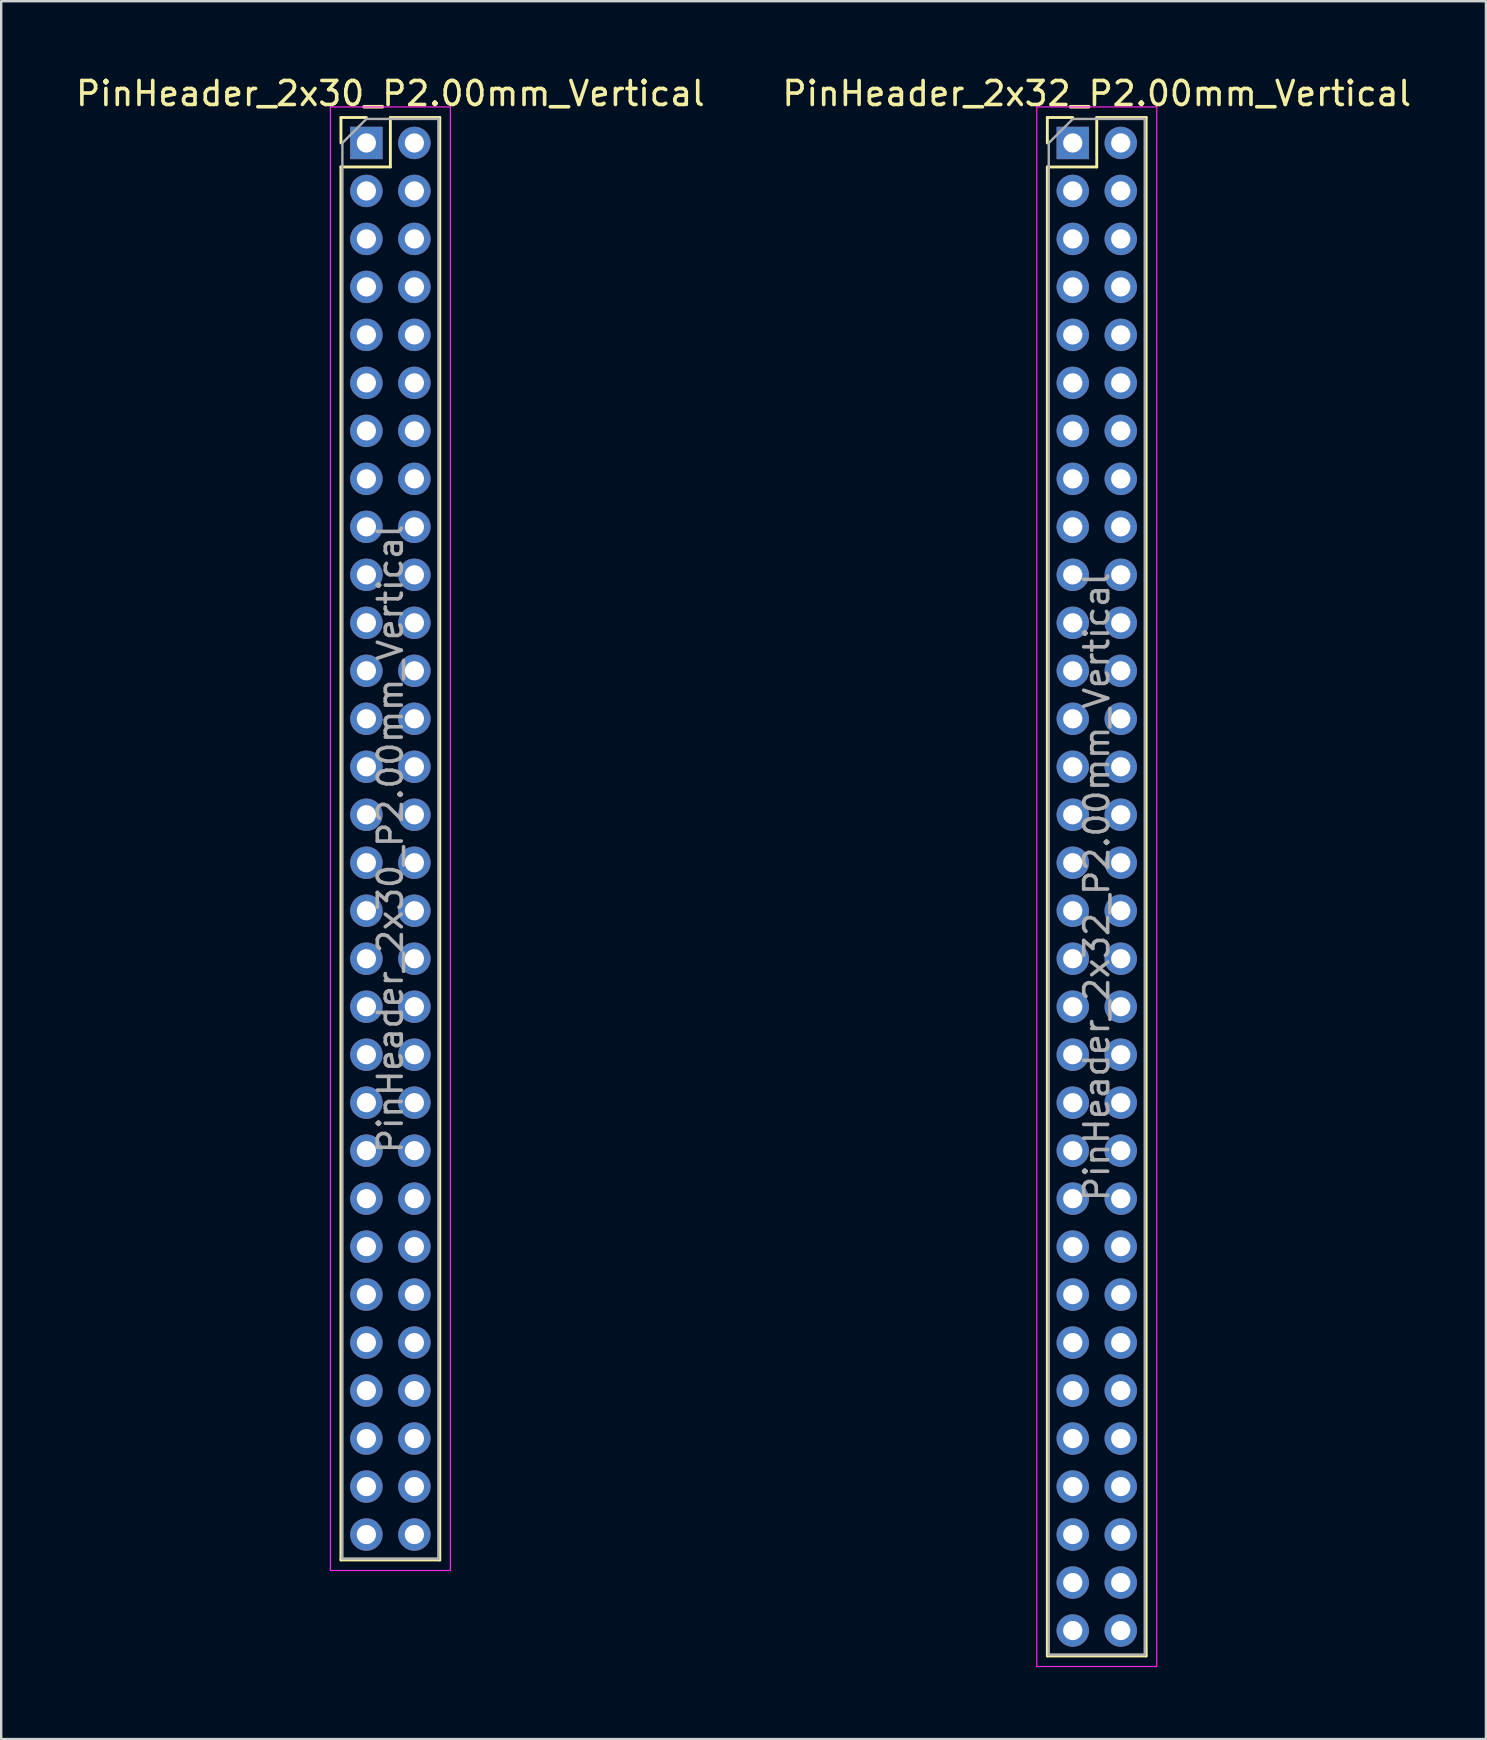
<source format=kicad_pcb>
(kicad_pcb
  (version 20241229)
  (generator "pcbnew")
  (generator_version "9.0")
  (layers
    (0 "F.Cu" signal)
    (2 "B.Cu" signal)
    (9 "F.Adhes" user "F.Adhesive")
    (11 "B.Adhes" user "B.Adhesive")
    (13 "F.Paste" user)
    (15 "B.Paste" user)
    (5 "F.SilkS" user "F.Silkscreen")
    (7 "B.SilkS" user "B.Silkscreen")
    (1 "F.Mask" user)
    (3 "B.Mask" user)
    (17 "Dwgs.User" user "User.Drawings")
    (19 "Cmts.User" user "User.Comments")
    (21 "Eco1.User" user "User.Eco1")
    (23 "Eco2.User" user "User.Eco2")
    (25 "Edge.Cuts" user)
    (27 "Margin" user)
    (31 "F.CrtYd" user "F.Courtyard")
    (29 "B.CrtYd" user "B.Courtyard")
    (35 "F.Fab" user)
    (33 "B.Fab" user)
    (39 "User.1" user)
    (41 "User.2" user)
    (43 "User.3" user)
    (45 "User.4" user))
  (footprint "PinHeader_2x30_P2.00mm_Vertical"
    (layer "F.Cu")
    (at 12.22 2.908)
    (property "Reference" "PinHeader_2x30_P2.00mm_Vertical" (at 1 -2.06 0) (layer "F.SilkS") (effects (font (size 1 1) (thickness 0.15))))
    (attr through_hole)
    (fp_line (start -1.06 -1.06) (end 0 -1.06) (stroke (width 0.12) (type solid)) (layer "F.SilkS"))
    (fp_line (start -1.06 0) (end -1.06 -1.06) (stroke (width 0.12) (type solid)) (layer "F.SilkS"))
    (fp_line (start -1.06 1) (end -1.06 59.06) (stroke (width 0.12) (type solid)) (layer "F.SilkS"))
    (fp_line (start -1.06 1) (end 1 1) (stroke (width 0.12) (type solid)) (layer "F.SilkS"))
    (fp_line (start -1.06 59.06) (end 3.06 59.06) (stroke (width 0.12) (type solid)) (layer "F.SilkS"))
    (fp_line (start 1 -1.06) (end 3.06 -1.06) (stroke (width 0.12) (type solid)) (layer "F.SilkS"))
    (fp_line (start 1 1) (end 1 -1.06) (stroke (width 0.12) (type solid)) (layer "F.SilkS"))
    (fp_line (start 3.06 -1.06) (end 3.06 59.06) (stroke (width 0.12) (type solid)) (layer "F.SilkS"))
    (fp_line (start -1.5 -1.5) (end -1.5 59.5) (stroke (width 0.05) (type solid)) (layer "F.CrtYd"))
    (fp_line (start -1.5 59.5) (end 3.5 59.5) (stroke (width 0.05) (type solid)) (layer "F.CrtYd"))
    (fp_line (start 3.5 -1.5) (end -1.5 -1.5) (stroke (width 0.05) (type solid)) (layer "F.CrtYd"))
    (fp_line (start 3.5 59.5) (end 3.5 -1.5) (stroke (width 0.05) (type solid)) (layer "F.CrtYd"))
    (fp_line (start -1 0) (end 0 -1) (stroke (width 0.1) (type solid)) (layer "F.Fab"))
    (fp_line (start -1 59) (end -1 0) (stroke (width 0.1) (type solid)) (layer "F.Fab"))
    (fp_line (start 0 -1) (end 3 -1) (stroke (width 0.1) (type solid)) (layer "F.Fab"))
    (fp_line (start 3 -1) (end 3 59) (stroke (width 0.1) (type solid)) (layer "F.Fab"))
    (fp_line (start 3 59) (end -1 59) (stroke (width 0.1) (type solid)) (layer "F.Fab"))
    (fp_text user "${REFERENCE}" (at 1 29 90) (layer "F.Fab") (effects (font (size 1 1) (thickness 0.15))))
    (pad "1" thru_hole rect (at 0 0) (size 1.35 1.35) (drill 0.8) (layers "*.Cu" "*.Mask"))
    (pad "2" thru_hole oval (at 2 0) (size 1.35 1.35) (drill 0.8) (layers "*.Cu" "*.Mask"))
    (pad "3" thru_hole oval (at 0 2) (size 1.35 1.35) (drill 0.8) (layers "*.Cu" "*.Mask"))
    (pad "4" thru_hole oval (at 2 2) (size 1.35 1.35) (drill 0.8) (layers "*.Cu" "*.Mask"))
    (pad "5" thru_hole oval (at 0 4) (size 1.35 1.35) (drill 0.8) (layers "*.Cu" "*.Mask"))
    (pad "6" thru_hole oval (at 2 4) (size 1.35 1.35) (drill 0.8) (layers "*.Cu" "*.Mask"))
    (pad "7" thru_hole oval (at 0 6) (size 1.35 1.35) (drill 0.8) (layers "*.Cu" "*.Mask"))
    (pad "8" thru_hole oval (at 2 6) (size 1.35 1.35) (drill 0.8) (layers "*.Cu" "*.Mask"))
    (pad "9" thru_hole oval (at 0 8) (size 1.35 1.35) (drill 0.8) (layers "*.Cu" "*.Mask"))
    (pad "10" thru_hole oval (at 2 8) (size 1.35 1.35) (drill 0.8) (layers "*.Cu" "*.Mask"))
    (pad "11" thru_hole oval (at 0 10) (size 1.35 1.35) (drill 0.8) (layers "*.Cu" "*.Mask"))
    (pad "12" thru_hole oval (at 2 10) (size 1.35 1.35) (drill 0.8) (layers "*.Cu" "*.Mask"))
    (pad "13" thru_hole oval (at 0 12) (size 1.35 1.35) (drill 0.8) (layers "*.Cu" "*.Mask"))
    (pad "14" thru_hole oval (at 2 12) (size 1.35 1.35) (drill 0.8) (layers "*.Cu" "*.Mask"))
    (pad "15" thru_hole oval (at 0 14) (size 1.35 1.35) (drill 0.8) (layers "*.Cu" "*.Mask"))
    (pad "16" thru_hole oval (at 2 14) (size 1.35 1.35) (drill 0.8) (layers "*.Cu" "*.Mask"))
    (pad "17" thru_hole oval (at 0 16) (size 1.35 1.35) (drill 0.8) (layers "*.Cu" "*.Mask"))
    (pad "18" thru_hole oval (at 2 16) (size 1.35 1.35) (drill 0.8) (layers "*.Cu" "*.Mask"))
    (pad "19" thru_hole oval (at 0 18) (size 1.35 1.35) (drill 0.8) (layers "*.Cu" "*.Mask"))
    (pad "20" thru_hole oval (at 2 18) (size 1.35 1.35) (drill 0.8) (layers "*.Cu" "*.Mask"))
    (pad "21" thru_hole oval (at 0 20) (size 1.35 1.35) (drill 0.8) (layers "*.Cu" "*.Mask"))
    (pad "22" thru_hole oval (at 2 20) (size 1.35 1.35) (drill 0.8) (layers "*.Cu" "*.Mask"))
    (pad "23" thru_hole oval (at 0 22) (size 1.35 1.35) (drill 0.8) (layers "*.Cu" "*.Mask"))
    (pad "24" thru_hole oval (at 2 22) (size 1.35 1.35) (drill 0.8) (layers "*.Cu" "*.Mask"))
    (pad "25" thru_hole oval (at 0 24) (size 1.35 1.35) (drill 0.8) (layers "*.Cu" "*.Mask"))
    (pad "26" thru_hole oval (at 2 24) (size 1.35 1.35) (drill 0.8) (layers "*.Cu" "*.Mask"))
    (pad "27" thru_hole oval (at 0 26) (size 1.35 1.35) (drill 0.8) (layers "*.Cu" "*.Mask"))
    (pad "28" thru_hole oval (at 2 26) (size 1.35 1.35) (drill 0.8) (layers "*.Cu" "*.Mask"))
    (pad "29" thru_hole oval (at 0 28) (size 1.35 1.35) (drill 0.8) (layers "*.Cu" "*.Mask"))
    (pad "30" thru_hole oval (at 2 28) (size 1.35 1.35) (drill 0.8) (layers "*.Cu" "*.Mask"))
    (pad "31" thru_hole oval (at 0 30) (size 1.35 1.35) (drill 0.8) (layers "*.Cu" "*.Mask"))
    (pad "32" thru_hole oval (at 2 30) (size 1.35 1.35) (drill 0.8) (layers "*.Cu" "*.Mask"))
    (pad "33" thru_hole oval (at 0 32) (size 1.35 1.35) (drill 0.8) (layers "*.Cu" "*.Mask"))
    (pad "34" thru_hole oval (at 2 32) (size 1.35 1.35) (drill 0.8) (layers "*.Cu" "*.Mask"))
    (pad "35" thru_hole oval (at 0 34) (size 1.35 1.35) (drill 0.8) (layers "*.Cu" "*.Mask"))
    (pad "36" thru_hole oval (at 2 34) (size 1.35 1.35) (drill 0.8) (layers "*.Cu" "*.Mask"))
    (pad "37" thru_hole oval (at 0 36) (size 1.35 1.35) (drill 0.8) (layers "*.Cu" "*.Mask"))
    (pad "38" thru_hole oval (at 2 36) (size 1.35 1.35) (drill 0.8) (layers "*.Cu" "*.Mask"))
    (pad "39" thru_hole oval (at 0 38) (size 1.35 1.35) (drill 0.8) (layers "*.Cu" "*.Mask"))
    (pad "40" thru_hole oval (at 2 38) (size 1.35 1.35) (drill 0.8) (layers "*.Cu" "*.Mask"))
    (pad "41" thru_hole oval (at 0 40) (size 1.35 1.35) (drill 0.8) (layers "*.Cu" "*.Mask"))
    (pad "42" thru_hole oval (at 2 40) (size 1.35 1.35) (drill 0.8) (layers "*.Cu" "*.Mask"))
    (pad "43" thru_hole oval (at 0 42) (size 1.35 1.35) (drill 0.8) (layers "*.Cu" "*.Mask"))
    (pad "44" thru_hole oval (at 2 42) (size 1.35 1.35) (drill 0.8) (layers "*.Cu" "*.Mask"))
    (pad "45" thru_hole oval (at 0 44) (size 1.35 1.35) (drill 0.8) (layers "*.Cu" "*.Mask"))
    (pad "46" thru_hole oval (at 2 44) (size 1.35 1.35) (drill 0.8) (layers "*.Cu" "*.Mask"))
    (pad "47" thru_hole oval (at 0 46) (size 1.35 1.35) (drill 0.8) (layers "*.Cu" "*.Mask"))
    (pad "48" thru_hole oval (at 2 46) (size 1.35 1.35) (drill 0.8) (layers "*.Cu" "*.Mask"))
    (pad "49" thru_hole oval (at 0 48) (size 1.35 1.35) (drill 0.8) (layers "*.Cu" "*.Mask"))
    (pad "50" thru_hole oval (at 2 48) (size 1.35 1.35) (drill 0.8) (layers "*.Cu" "*.Mask"))
    (pad "51" thru_hole oval (at 0 50) (size 1.35 1.35) (drill 0.8) (layers "*.Cu" "*.Mask"))
    (pad "52" thru_hole oval (at 2 50) (size 1.35 1.35) (drill 0.8) (layers "*.Cu" "*.Mask"))
    (pad "53" thru_hole oval (at 0 52) (size 1.35 1.35) (drill 0.8) (layers "*.Cu" "*.Mask"))
    (pad "54" thru_hole oval (at 2 52) (size 1.35 1.35) (drill 0.8) (layers "*.Cu" "*.Mask"))
    (pad "55" thru_hole oval (at 0 54) (size 1.35 1.35) (drill 0.8) (layers "*.Cu" "*.Mask"))
    (pad "56" thru_hole oval (at 2 54) (size 1.35 1.35) (drill 0.8) (layers "*.Cu" "*.Mask"))
    (pad "57" thru_hole oval (at 0 56) (size 1.35 1.35) (drill 0.8) (layers "*.Cu" "*.Mask"))
    (pad "58" thru_hole oval (at 2 56) (size 1.35 1.35) (drill 0.8) (layers "*.Cu" "*.Mask"))
    (pad "59" thru_hole oval (at 0 58) (size 1.35 1.35) (drill 0.8) (layers "*.Cu" "*.Mask"))
    (pad "60" thru_hole oval (at 2 58) (size 1.35 1.35) (drill 0.8) (layers "*.Cu" "*.Mask")))
  (footprint "PinHeader_2x32_P2.00mm_Vertical"
    (layer "F.Cu")
    (at 41.661 2.908)
    (property "Reference" "PinHeader_2x32_P2.00mm_Vertical" (at 1 -2.06 0) (layer "F.SilkS") (effects (font (size 1 1) (thickness 0.15))))
    (attr through_hole)
    (fp_line (start -1.06 -1.06) (end 0 -1.06) (stroke (width 0.12) (type solid)) (layer "F.SilkS"))
    (fp_line (start -1.06 0) (end -1.06 -1.06) (stroke (width 0.12) (type solid)) (layer "F.SilkS"))
    (fp_line (start -1.06 1) (end -1.06 63.06) (stroke (width 0.12) (type solid)) (layer "F.SilkS"))
    (fp_line (start -1.06 1) (end 1 1) (stroke (width 0.12) (type solid)) (layer "F.SilkS"))
    (fp_line (start -1.06 63.06) (end 3.06 63.06) (stroke (width 0.12) (type solid)) (layer "F.SilkS"))
    (fp_line (start 1 -1.06) (end 3.06 -1.06) (stroke (width 0.12) (type solid)) (layer "F.SilkS"))
    (fp_line (start 1 1) (end 1 -1.06) (stroke (width 0.12) (type solid)) (layer "F.SilkS"))
    (fp_line (start 3.06 -1.06) (end 3.06 63.06) (stroke (width 0.12) (type solid)) (layer "F.SilkS"))
    (fp_line (start -1.5 -1.5) (end -1.5 63.5) (stroke (width 0.05) (type solid)) (layer "F.CrtYd"))
    (fp_line (start -1.5 63.5) (end 3.5 63.5) (stroke (width 0.05) (type solid)) (layer "F.CrtYd"))
    (fp_line (start 3.5 -1.5) (end -1.5 -1.5) (stroke (width 0.05) (type solid)) (layer "F.CrtYd"))
    (fp_line (start 3.5 63.5) (end 3.5 -1.5) (stroke (width 0.05) (type solid)) (layer "F.CrtYd"))
    (fp_line (start -1 0) (end 0 -1) (stroke (width 0.1) (type solid)) (layer "F.Fab"))
    (fp_line (start -1 63) (end -1 0) (stroke (width 0.1) (type solid)) (layer "F.Fab"))
    (fp_line (start 0 -1) (end 3 -1) (stroke (width 0.1) (type solid)) (layer "F.Fab"))
    (fp_line (start 3 -1) (end 3 63) (stroke (width 0.1) (type solid)) (layer "F.Fab"))
    (fp_line (start 3 63) (end -1 63) (stroke (width 0.1) (type solid)) (layer "F.Fab"))
    (fp_text user "${REFERENCE}" (at 1 31 90) (layer "F.Fab") (effects (font (size 1 1) (thickness 0.15))))
    (pad "1" thru_hole rect (at 0 0) (size 1.35 1.35) (drill 0.8) (layers "*.Cu" "*.Mask"))
    (pad "2" thru_hole oval (at 2 0) (size 1.35 1.35) (drill 0.8) (layers "*.Cu" "*.Mask"))
    (pad "3" thru_hole oval (at 0 2) (size 1.35 1.35) (drill 0.8) (layers "*.Cu" "*.Mask"))
    (pad "4" thru_hole oval (at 2 2) (size 1.35 1.35) (drill 0.8) (layers "*.Cu" "*.Mask"))
    (pad "5" thru_hole oval (at 0 4) (size 1.35 1.35) (drill 0.8) (layers "*.Cu" "*.Mask"))
    (pad "6" thru_hole oval (at 2 4) (size 1.35 1.35) (drill 0.8) (layers "*.Cu" "*.Mask"))
    (pad "7" thru_hole oval (at 0 6) (size 1.35 1.35) (drill 0.8) (layers "*.Cu" "*.Mask"))
    (pad "8" thru_hole oval (at 2 6) (size 1.35 1.35) (drill 0.8) (layers "*.Cu" "*.Mask"))
    (pad "9" thru_hole oval (at 0 8) (size 1.35 1.35) (drill 0.8) (layers "*.Cu" "*.Mask"))
    (pad "10" thru_hole oval (at 2 8) (size 1.35 1.35) (drill 0.8) (layers "*.Cu" "*.Mask"))
    (pad "11" thru_hole oval (at 0 10) (size 1.35 1.35) (drill 0.8) (layers "*.Cu" "*.Mask"))
    (pad "12" thru_hole oval (at 2 10) (size 1.35 1.35) (drill 0.8) (layers "*.Cu" "*.Mask"))
    (pad "13" thru_hole oval (at 0 12) (size 1.35 1.35) (drill 0.8) (layers "*.Cu" "*.Mask"))
    (pad "14" thru_hole oval (at 2 12) (size 1.35 1.35) (drill 0.8) (layers "*.Cu" "*.Mask"))
    (pad "15" thru_hole oval (at 0 14) (size 1.35 1.35) (drill 0.8) (layers "*.Cu" "*.Mask"))
    (pad "16" thru_hole oval (at 2 14) (size 1.35 1.35) (drill 0.8) (layers "*.Cu" "*.Mask"))
    (pad "17" thru_hole oval (at 0 16) (size 1.35 1.35) (drill 0.8) (layers "*.Cu" "*.Mask"))
    (pad "18" thru_hole oval (at 2 16) (size 1.35 1.35) (drill 0.8) (layers "*.Cu" "*.Mask"))
    (pad "19" thru_hole oval (at 0 18) (size 1.35 1.35) (drill 0.8) (layers "*.Cu" "*.Mask"))
    (pad "20" thru_hole oval (at 2 18) (size 1.35 1.35) (drill 0.8) (layers "*.Cu" "*.Mask"))
    (pad "21" thru_hole oval (at 0 20) (size 1.35 1.35) (drill 0.8) (layers "*.Cu" "*.Mask"))
    (pad "22" thru_hole oval (at 2 20) (size 1.35 1.35) (drill 0.8) (layers "*.Cu" "*.Mask"))
    (pad "23" thru_hole oval (at 0 22) (size 1.35 1.35) (drill 0.8) (layers "*.Cu" "*.Mask"))
    (pad "24" thru_hole oval (at 2 22) (size 1.35 1.35) (drill 0.8) (layers "*.Cu" "*.Mask"))
    (pad "25" thru_hole oval (at 0 24) (size 1.35 1.35) (drill 0.8) (layers "*.Cu" "*.Mask"))
    (pad "26" thru_hole oval (at 2 24) (size 1.35 1.35) (drill 0.8) (layers "*.Cu" "*.Mask"))
    (pad "27" thru_hole oval (at 0 26) (size 1.35 1.35) (drill 0.8) (layers "*.Cu" "*.Mask"))
    (pad "28" thru_hole oval (at 2 26) (size 1.35 1.35) (drill 0.8) (layers "*.Cu" "*.Mask"))
    (pad "29" thru_hole oval (at 0 28) (size 1.35 1.35) (drill 0.8) (layers "*.Cu" "*.Mask"))
    (pad "30" thru_hole oval (at 2 28) (size 1.35 1.35) (drill 0.8) (layers "*.Cu" "*.Mask"))
    (pad "31" thru_hole oval (at 0 30) (size 1.35 1.35) (drill 0.8) (layers "*.Cu" "*.Mask"))
    (pad "32" thru_hole oval (at 2 30) (size 1.35 1.35) (drill 0.8) (layers "*.Cu" "*.Mask"))
    (pad "33" thru_hole oval (at 0 32) (size 1.35 1.35) (drill 0.8) (layers "*.Cu" "*.Mask"))
    (pad "34" thru_hole oval (at 2 32) (size 1.35 1.35) (drill 0.8) (layers "*.Cu" "*.Mask"))
    (pad "35" thru_hole oval (at 0 34) (size 1.35 1.35) (drill 0.8) (layers "*.Cu" "*.Mask"))
    (pad "36" thru_hole oval (at 2 34) (size 1.35 1.35) (drill 0.8) (layers "*.Cu" "*.Mask"))
    (pad "37" thru_hole oval (at 0 36) (size 1.35 1.35) (drill 0.8) (layers "*.Cu" "*.Mask"))
    (pad "38" thru_hole oval (at 2 36) (size 1.35 1.35) (drill 0.8) (layers "*.Cu" "*.Mask"))
    (pad "39" thru_hole oval (at 0 38) (size 1.35 1.35) (drill 0.8) (layers "*.Cu" "*.Mask"))
    (pad "40" thru_hole oval (at 2 38) (size 1.35 1.35) (drill 0.8) (layers "*.Cu" "*.Mask"))
    (pad "41" thru_hole oval (at 0 40) (size 1.35 1.35) (drill 0.8) (layers "*.Cu" "*.Mask"))
    (pad "42" thru_hole oval (at 2 40) (size 1.35 1.35) (drill 0.8) (layers "*.Cu" "*.Mask"))
    (pad "43" thru_hole oval (at 0 42) (size 1.35 1.35) (drill 0.8) (layers "*.Cu" "*.Mask"))
    (pad "44" thru_hole oval (at 2 42) (size 1.35 1.35) (drill 0.8) (layers "*.Cu" "*.Mask"))
    (pad "45" thru_hole oval (at 0 44) (size 1.35 1.35) (drill 0.8) (layers "*.Cu" "*.Mask"))
    (pad "46" thru_hole oval (at 2 44) (size 1.35 1.35) (drill 0.8) (layers "*.Cu" "*.Mask"))
    (pad "47" thru_hole oval (at 0 46) (size 1.35 1.35) (drill 0.8) (layers "*.Cu" "*.Mask"))
    (pad "48" thru_hole oval (at 2 46) (size 1.35 1.35) (drill 0.8) (layers "*.Cu" "*.Mask"))
    (pad "49" thru_hole oval (at 0 48) (size 1.35 1.35) (drill 0.8) (layers "*.Cu" "*.Mask"))
    (pad "50" thru_hole oval (at 2 48) (size 1.35 1.35) (drill 0.8) (layers "*.Cu" "*.Mask"))
    (pad "51" thru_hole oval (at 0 50) (size 1.35 1.35) (drill 0.8) (layers "*.Cu" "*.Mask"))
    (pad "52" thru_hole oval (at 2 50) (size 1.35 1.35) (drill 0.8) (layers "*.Cu" "*.Mask"))
    (pad "53" thru_hole oval (at 0 52) (size 1.35 1.35) (drill 0.8) (layers "*.Cu" "*.Mask"))
    (pad "54" thru_hole oval (at 2 52) (size 1.35 1.35) (drill 0.8) (layers "*.Cu" "*.Mask"))
    (pad "55" thru_hole oval (at 0 54) (size 1.35 1.35) (drill 0.8) (layers "*.Cu" "*.Mask"))
    (pad "56" thru_hole oval (at 2 54) (size 1.35 1.35) (drill 0.8) (layers "*.Cu" "*.Mask"))
    (pad "57" thru_hole oval (at 0 56) (size 1.35 1.35) (drill 0.8) (layers "*.Cu" "*.Mask"))
    (pad "58" thru_hole oval (at 2 56) (size 1.35 1.35) (drill 0.8) (layers "*.Cu" "*.Mask"))
    (pad "59" thru_hole oval (at 0 58) (size 1.35 1.35) (drill 0.8) (layers "*.Cu" "*.Mask"))
    (pad "60" thru_hole oval (at 2 58) (size 1.35 1.35) (drill 0.8) (layers "*.Cu" "*.Mask"))
    (pad "61" thru_hole oval (at 0 60) (size 1.35 1.35) (drill 0.8) (layers "*.Cu" "*.Mask"))
    (pad "62" thru_hole oval (at 2 60) (size 1.35 1.35) (drill 0.8) (layers "*.Cu" "*.Mask"))
    (pad "63" thru_hole oval (at 0 62) (size 1.35 1.35) (drill 0.8) (layers "*.Cu" "*.Mask"))
    (pad "64" thru_hole oval (at 2 62) (size 1.35 1.35) (drill 0.8) (layers "*.Cu" "*.Mask")))
  (gr_rect
    (start -3 -3)
    (end 58.881 69.433)
    (stroke (width 0.1) (type default))
    (fill no)
    (layer "Edge.Cuts")))
</source>
